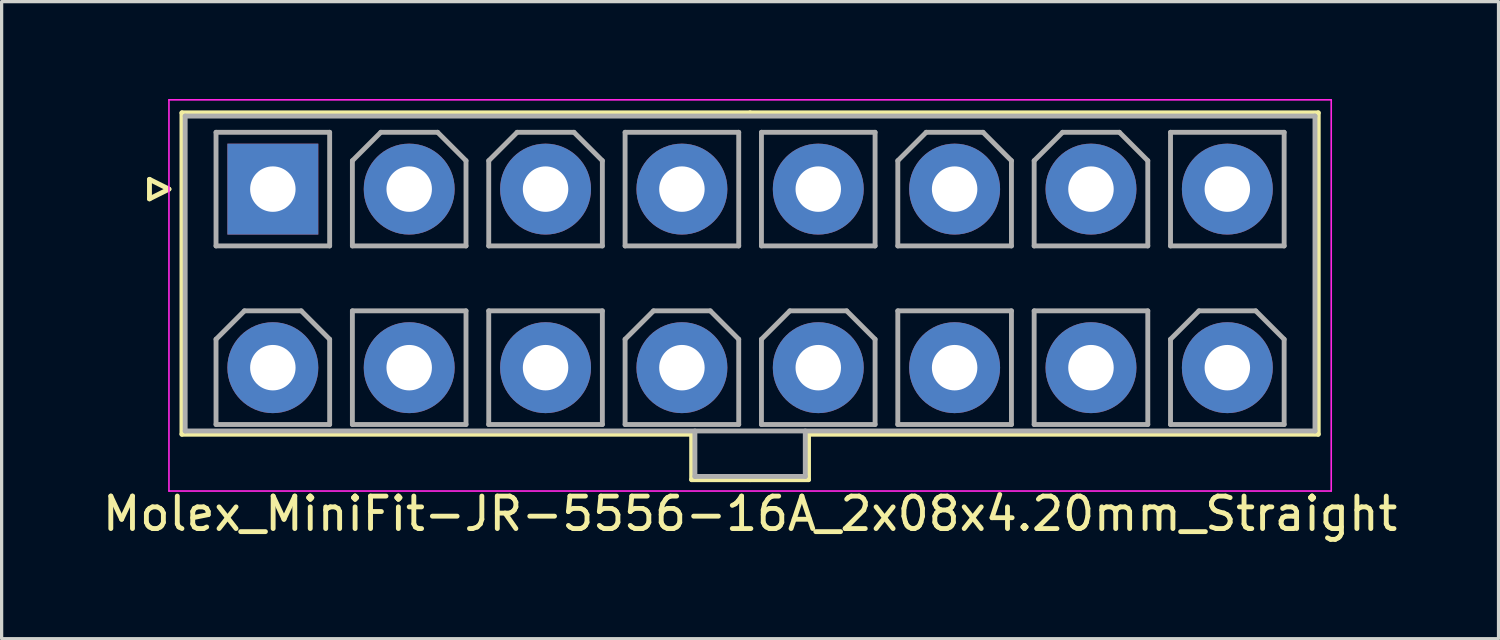
<source format=kicad_pcb>
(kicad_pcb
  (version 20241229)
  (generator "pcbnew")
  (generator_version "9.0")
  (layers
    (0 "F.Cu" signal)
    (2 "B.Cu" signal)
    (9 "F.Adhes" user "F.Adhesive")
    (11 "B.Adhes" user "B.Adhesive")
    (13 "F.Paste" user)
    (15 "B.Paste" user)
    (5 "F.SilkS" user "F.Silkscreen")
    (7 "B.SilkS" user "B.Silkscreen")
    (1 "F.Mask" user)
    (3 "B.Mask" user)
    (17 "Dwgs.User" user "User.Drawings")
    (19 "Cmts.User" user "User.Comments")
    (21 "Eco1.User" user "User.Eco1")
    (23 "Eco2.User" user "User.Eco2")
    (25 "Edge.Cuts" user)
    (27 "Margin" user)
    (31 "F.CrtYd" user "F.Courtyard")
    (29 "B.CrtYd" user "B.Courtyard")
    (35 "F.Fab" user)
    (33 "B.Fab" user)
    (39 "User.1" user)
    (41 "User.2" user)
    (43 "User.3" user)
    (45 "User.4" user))
  (footprint "Molex_MiniFit-JR-5556-16A_2x08x4.20mm_Straight"
    (layer "F.Cu")
    (at 5.354 2.775)
    (property "Reference" "Molex_MiniFit-JR-5556-16A_2x08x4.20mm_Straight" (at 14.7 10 0) (layer "F.SilkS") (effects (font (size 1 1) (thickness 0.15))))
    (attr through_hole)
    (fp_line (start -3.8 -0.3) (end -3.2 0) (stroke (width 0.15) (type solid)) (layer "F.SilkS"))
    (fp_line (start -3.8 0.3) (end -3.8 -0.3) (stroke (width 0.15) (type solid)) (layer "F.SilkS"))
    (fp_line (start -3.2 0) (end -3.8 0.3) (stroke (width 0.15) (type solid)) (layer "F.SilkS"))
    (fp_line (start -2.8 -2.35) (end -2.8 7.55) (stroke (width 0.15) (type solid)) (layer "F.SilkS"))
    (fp_line (start -2.8 7.55) (end 12.9 7.55) (stroke (width 0.15) (type solid)) (layer "F.SilkS"))
    (fp_line (start 12.9 7.55) (end 12.9 8.95) (stroke (width 0.15) (type solid)) (layer "F.SilkS"))
    (fp_line (start 12.9 8.95) (end 14.7 8.95) (stroke (width 0.15) (type solid)) (layer "F.SilkS"))
    (fp_line (start 14.7 -2.35) (end -2.8 -2.35) (stroke (width 0.15) (type solid)) (layer "F.SilkS"))
    (fp_line (start 14.7 -2.35) (end 32.2 -2.35) (stroke (width 0.15) (type solid)) (layer "F.SilkS"))
    (fp_line (start 16.5 7.55) (end 16.5 8.95) (stroke (width 0.15) (type solid)) (layer "F.SilkS"))
    (fp_line (start 16.5 8.95) (end 14.7 8.95) (stroke (width 0.15) (type solid)) (layer "F.SilkS"))
    (fp_line (start 32.2 -2.35) (end 32.2 7.55) (stroke (width 0.15) (type solid)) (layer "F.SilkS"))
    (fp_line (start 32.2 7.55) (end 16.5 7.55) (stroke (width 0.15) (type solid)) (layer "F.SilkS"))
    (fp_line (start -3.2 -2.75) (end -3.2 9.3) (stroke (width 0.05) (type solid)) (layer "F.CrtYd"))
    (fp_line (start -3.2 9.3) (end 32.6 9.3) (stroke (width 0.05) (type solid)) (layer "F.CrtYd"))
    (fp_line (start 32.6 -2.75) (end -3.2 -2.75) (stroke (width 0.05) (type solid)) (layer "F.CrtYd"))
    (fp_line (start 32.6 9.3) (end 32.6 -2.75) (stroke (width 0.05) (type solid)) (layer "F.CrtYd"))
    (fp_line (start -2.7 -2.25) (end -2.7 7.45) (stroke (width 0.15) (type solid)) (layer "F.Fab"))
    (fp_line (start -2.7 7.45) (end 32.1 7.45) (stroke (width 0.15) (type solid)) (layer "F.Fab"))
    (fp_line (start -1.75 -1.75) (end -1.75 1.75) (stroke (width 0.15) (type solid)) (layer "F.Fab"))
    (fp_line (start -1.75 1.75) (end 1.75 1.75) (stroke (width 0.15) (type solid)) (layer "F.Fab"))
    (fp_line (start -1.75 4.625) (end -0.875 3.75) (stroke (width 0.15) (type solid)) (layer "F.Fab"))
    (fp_line (start -1.75 7.25) (end -1.75 4.625) (stroke (width 0.15) (type solid)) (layer "F.Fab"))
    (fp_line (start -0.875 3.75) (end 0.875 3.75) (stroke (width 0.15) (type solid)) (layer "F.Fab"))
    (fp_line (start 0.875 3.75) (end 1.75 4.625) (stroke (width 0.15) (type solid)) (layer "F.Fab"))
    (fp_line (start 1.75 -1.75) (end -1.75 -1.75) (stroke (width 0.15) (type solid)) (layer "F.Fab"))
    (fp_line (start 1.75 1.75) (end 1.75 -1.75) (stroke (width 0.15) (type solid)) (layer "F.Fab"))
    (fp_line (start 1.75 4.625) (end 1.75 7.25) (stroke (width 0.15) (type solid)) (layer "F.Fab"))
    (fp_line (start 1.75 7.25) (end -1.75 7.25) (stroke (width 0.15) (type solid)) (layer "F.Fab"))
    (fp_line (start 2.45 -0.875) (end 3.325 -1.75) (stroke (width 0.15) (type solid)) (layer "F.Fab"))
    (fp_line (start 2.45 1.75) (end 2.45 -0.875) (stroke (width 0.15) (type solid)) (layer "F.Fab"))
    (fp_line (start 2.45 3.75) (end 2.45 7.25) (stroke (width 0.15) (type solid)) (layer "F.Fab"))
    (fp_line (start 2.45 7.25) (end 5.95 7.25) (stroke (width 0.15) (type solid)) (layer "F.Fab"))
    (fp_line (start 3.325 -1.75) (end 5.075 -1.75) (stroke (width 0.15) (type solid)) (layer "F.Fab"))
    (fp_line (start 5.075 -1.75) (end 5.95 -0.875) (stroke (width 0.15) (type solid)) (layer "F.Fab"))
    (fp_line (start 5.95 -0.875) (end 5.95 1.75) (stroke (width 0.15) (type solid)) (layer "F.Fab"))
    (fp_line (start 5.95 1.75) (end 2.45 1.75) (stroke (width 0.15) (type solid)) (layer "F.Fab"))
    (fp_line (start 5.95 3.75) (end 2.45 3.75) (stroke (width 0.15) (type solid)) (layer "F.Fab"))
    (fp_line (start 5.95 7.25) (end 5.95 3.75) (stroke (width 0.15) (type solid)) (layer "F.Fab"))
    (fp_line (start 6.65 -0.875) (end 7.525 -1.75) (stroke (width 0.15) (type solid)) (layer "F.Fab"))
    (fp_line (start 6.65 1.75) (end 6.65 -0.875) (stroke (width 0.15) (type solid)) (layer "F.Fab"))
    (fp_line (start 6.65 3.75) (end 6.65 7.25) (stroke (width 0.15) (type solid)) (layer "F.Fab"))
    (fp_line (start 6.65 7.25) (end 10.15 7.25) (stroke (width 0.15) (type solid)) (layer "F.Fab"))
    (fp_line (start 7.525 -1.75) (end 9.275 -1.75) (stroke (width 0.15) (type solid)) (layer "F.Fab"))
    (fp_line (start 9.275 -1.75) (end 10.15 -0.875) (stroke (width 0.15) (type solid)) (layer "F.Fab"))
    (fp_line (start 10.15 -0.875) (end 10.15 1.75) (stroke (width 0.15) (type solid)) (layer "F.Fab"))
    (fp_line (start 10.15 1.75) (end 6.65 1.75) (stroke (width 0.15) (type solid)) (layer "F.Fab"))
    (fp_line (start 10.15 3.75) (end 6.65 3.75) (stroke (width 0.15) (type solid)) (layer "F.Fab"))
    (fp_line (start 10.15 7.25) (end 10.15 3.75) (stroke (width 0.15) (type solid)) (layer "F.Fab"))
    (fp_line (start 10.85 -1.75) (end 10.85 1.75) (stroke (width 0.15) (type solid)) (layer "F.Fab"))
    (fp_line (start 10.85 1.75) (end 14.35 1.75) (stroke (width 0.15) (type solid)) (layer "F.Fab"))
    (fp_line (start 10.85 4.625) (end 11.725 3.75) (stroke (width 0.15) (type solid)) (layer "F.Fab"))
    (fp_line (start 10.85 7.25) (end 10.85 4.625) (stroke (width 0.15) (type solid)) (layer "F.Fab"))
    (fp_line (start 11.725 3.75) (end 13.475 3.75) (stroke (width 0.15) (type solid)) (layer "F.Fab"))
    (fp_line (start 13 7.45) (end 13 8.85) (stroke (width 0.15) (type solid)) (layer "F.Fab"))
    (fp_line (start 13 8.85) (end 16.4 8.85) (stroke (width 0.15) (type solid)) (layer "F.Fab"))
    (fp_line (start 13.475 3.75) (end 14.35 4.625) (stroke (width 0.15) (type solid)) (layer "F.Fab"))
    (fp_line (start 14.35 -1.75) (end 10.85 -1.75) (stroke (width 0.15) (type solid)) (layer "F.Fab"))
    (fp_line (start 14.35 1.75) (end 14.35 -1.75) (stroke (width 0.15) (type solid)) (layer "F.Fab"))
    (fp_line (start 14.35 4.625) (end 14.35 7.25) (stroke (width 0.15) (type solid)) (layer "F.Fab"))
    (fp_line (start 14.35 7.25) (end 10.85 7.25) (stroke (width 0.15) (type solid)) (layer "F.Fab"))
    (fp_line (start 15.05 -1.75) (end 15.05 1.75) (stroke (width 0.15) (type solid)) (layer "F.Fab"))
    (fp_line (start 15.05 1.75) (end 18.55 1.75) (stroke (width 0.15) (type solid)) (layer "F.Fab"))
    (fp_line (start 15.05 4.625) (end 15.925 3.75) (stroke (width 0.15) (type solid)) (layer "F.Fab"))
    (fp_line (start 15.05 7.25) (end 15.05 4.625) (stroke (width 0.15) (type solid)) (layer "F.Fab"))
    (fp_line (start 15.925 3.75) (end 17.675 3.75) (stroke (width 0.15) (type solid)) (layer "F.Fab"))
    (fp_line (start 16.4 8.85) (end 16.4 7.45) (stroke (width 0.15) (type solid)) (layer "F.Fab"))
    (fp_line (start 17.675 3.75) (end 18.55 4.625) (stroke (width 0.15) (type solid)) (layer "F.Fab"))
    (fp_line (start 18.55 -1.75) (end 15.05 -1.75) (stroke (width 0.15) (type solid)) (layer "F.Fab"))
    (fp_line (start 18.55 1.75) (end 18.55 -1.75) (stroke (width 0.15) (type solid)) (layer "F.Fab"))
    (fp_line (start 18.55 4.625) (end 18.55 7.25) (stroke (width 0.15) (type solid)) (layer "F.Fab"))
    (fp_line (start 18.55 7.25) (end 15.05 7.25) (stroke (width 0.15) (type solid)) (layer "F.Fab"))
    (fp_line (start 19.25 -0.875) (end 20.125 -1.75) (stroke (width 0.15) (type solid)) (layer "F.Fab"))
    (fp_line (start 19.25 1.75) (end 19.25 -0.875) (stroke (width 0.15) (type solid)) (layer "F.Fab"))
    (fp_line (start 19.25 3.75) (end 19.25 7.25) (stroke (width 0.15) (type solid)) (layer "F.Fab"))
    (fp_line (start 19.25 7.25) (end 22.75 7.25) (stroke (width 0.15) (type solid)) (layer "F.Fab"))
    (fp_line (start 20.125 -1.75) (end 21.875 -1.75) (stroke (width 0.15) (type solid)) (layer "F.Fab"))
    (fp_line (start 21.875 -1.75) (end 22.75 -0.875) (stroke (width 0.15) (type solid)) (layer "F.Fab"))
    (fp_line (start 22.75 -0.875) (end 22.75 1.75) (stroke (width 0.15) (type solid)) (layer "F.Fab"))
    (fp_line (start 22.75 1.75) (end 19.25 1.75) (stroke (width 0.15) (type solid)) (layer "F.Fab"))
    (fp_line (start 22.75 3.75) (end 19.25 3.75) (stroke (width 0.15) (type solid)) (layer "F.Fab"))
    (fp_line (start 22.75 7.25) (end 22.75 3.75) (stroke (width 0.15) (type solid)) (layer "F.Fab"))
    (fp_line (start 23.45 -0.875) (end 24.325 -1.75) (stroke (width 0.15) (type solid)) (layer "F.Fab"))
    (fp_line (start 23.45 1.75) (end 23.45 -0.875) (stroke (width 0.15) (type solid)) (layer "F.Fab"))
    (fp_line (start 23.45 3.75) (end 23.45 7.25) (stroke (width 0.15) (type solid)) (layer "F.Fab"))
    (fp_line (start 23.45 7.25) (end 26.95 7.25) (stroke (width 0.15) (type solid)) (layer "F.Fab"))
    (fp_line (start 24.325 -1.75) (end 26.075 -1.75) (stroke (width 0.15) (type solid)) (layer "F.Fab"))
    (fp_line (start 26.075 -1.75) (end 26.95 -0.875) (stroke (width 0.15) (type solid)) (layer "F.Fab"))
    (fp_line (start 26.95 -0.875) (end 26.95 1.75) (stroke (width 0.15) (type solid)) (layer "F.Fab"))
    (fp_line (start 26.95 1.75) (end 23.45 1.75) (stroke (width 0.15) (type solid)) (layer "F.Fab"))
    (fp_line (start 26.95 3.75) (end 23.45 3.75) (stroke (width 0.15) (type solid)) (layer "F.Fab"))
    (fp_line (start 26.95 7.25) (end 26.95 3.75) (stroke (width 0.15) (type solid)) (layer "F.Fab"))
    (fp_line (start 27.65 -1.75) (end 27.65 1.75) (stroke (width 0.15) (type solid)) (layer "F.Fab"))
    (fp_line (start 27.65 1.75) (end 31.15 1.75) (stroke (width 0.15) (type solid)) (layer "F.Fab"))
    (fp_line (start 27.65 4.625) (end 28.525 3.75) (stroke (width 0.15) (type solid)) (layer "F.Fab"))
    (fp_line (start 27.65 7.25) (end 27.65 4.625) (stroke (width 0.15) (type solid)) (layer "F.Fab"))
    (fp_line (start 28.525 3.75) (end 30.275 3.75) (stroke (width 0.15) (type solid)) (layer "F.Fab"))
    (fp_line (start 30.275 3.75) (end 31.15 4.625) (stroke (width 0.15) (type solid)) (layer "F.Fab"))
    (fp_line (start 31.15 -1.75) (end 27.65 -1.75) (stroke (width 0.15) (type solid)) (layer "F.Fab"))
    (fp_line (start 31.15 1.75) (end 31.15 -1.75) (stroke (width 0.15) (type solid)) (layer "F.Fab"))
    (fp_line (start 31.15 4.625) (end 31.15 7.25) (stroke (width 0.15) (type solid)) (layer "F.Fab"))
    (fp_line (start 31.15 7.25) (end 27.65 7.25) (stroke (width 0.15) (type solid)) (layer "F.Fab"))
    (fp_line (start 32.1 -2.25) (end -2.7 -2.25) (stroke (width 0.15) (type solid)) (layer "F.Fab"))
    (fp_line (start 32.1 7.45) (end 32.1 -2.25) (stroke (width 0.15) (type solid)) (layer "F.Fab"))
    (pad "1" thru_hole rect (at 0 0) (size 2.8 2.8) (drill 1.4) (layers "*.Cu" "*.Mask"))
    (pad "2" thru_hole circle (at 4.2 0) (size 2.8 2.8) (drill 1.4) (layers "*.Cu" "*.Mask"))
    (pad "3" thru_hole circle (at 8.4 0) (size 2.8 2.8) (drill 1.4) (layers "*.Cu" "*.Mask"))
    (pad "4" thru_hole circle (at 12.6 0) (size 2.8 2.8) (drill 1.4) (layers "*.Cu" "*.Mask"))
    (pad "5" thru_hole circle (at 16.8 0) (size 2.8 2.8) (drill 1.4) (layers "*.Cu" "*.Mask"))
    (pad "6" thru_hole circle (at 21 0) (size 2.8 2.8) (drill 1.4) (layers "*.Cu" "*.Mask"))
    (pad "7" thru_hole circle (at 25.2 0) (size 2.8 2.8) (drill 1.4) (layers "*.Cu" "*.Mask"))
    (pad "8" thru_hole circle (at 29.4 0) (size 2.8 2.8) (drill 1.4) (layers "*.Cu" "*.Mask"))
    (pad "9" thru_hole circle (at 0 5.5) (size 2.8 2.8) (drill 1.4) (layers "*.Cu" "*.Mask"))
    (pad "10" thru_hole circle (at 4.2 5.5) (size 2.8 2.8) (drill 1.4) (layers "*.Cu" "*.Mask"))
    (pad "11" thru_hole circle (at 8.4 5.5) (size 2.8 2.8) (drill 1.4) (layers "*.Cu" "*.Mask"))
    (pad "12" thru_hole circle (at 12.6 5.5) (size 2.8 2.8) (drill 1.4) (layers "*.Cu" "*.Mask"))
    (pad "13" thru_hole circle (at 16.8 5.5) (size 2.8 2.8) (drill 1.4) (layers "*.Cu" "*.Mask"))
    (pad "14" thru_hole circle (at 21 5.5) (size 2.8 2.8) (drill 1.4) (layers "*.Cu" "*.Mask"))
    (pad "15" thru_hole circle (at 25.2 5.5) (size 2.8 2.8) (drill 1.4) (layers "*.Cu" "*.Mask"))
    (pad "16" thru_hole circle (at 29.4 5.5) (size 2.8 2.8) (drill 1.4) (layers "*.Cu" "*.Mask")))
  (gr_rect
    (start -3 -3)
    (end 43.107 16.623)
    (stroke (width 0.1) (type default))
    (fill no)
    (layer "Edge.Cuts")))
</source>
